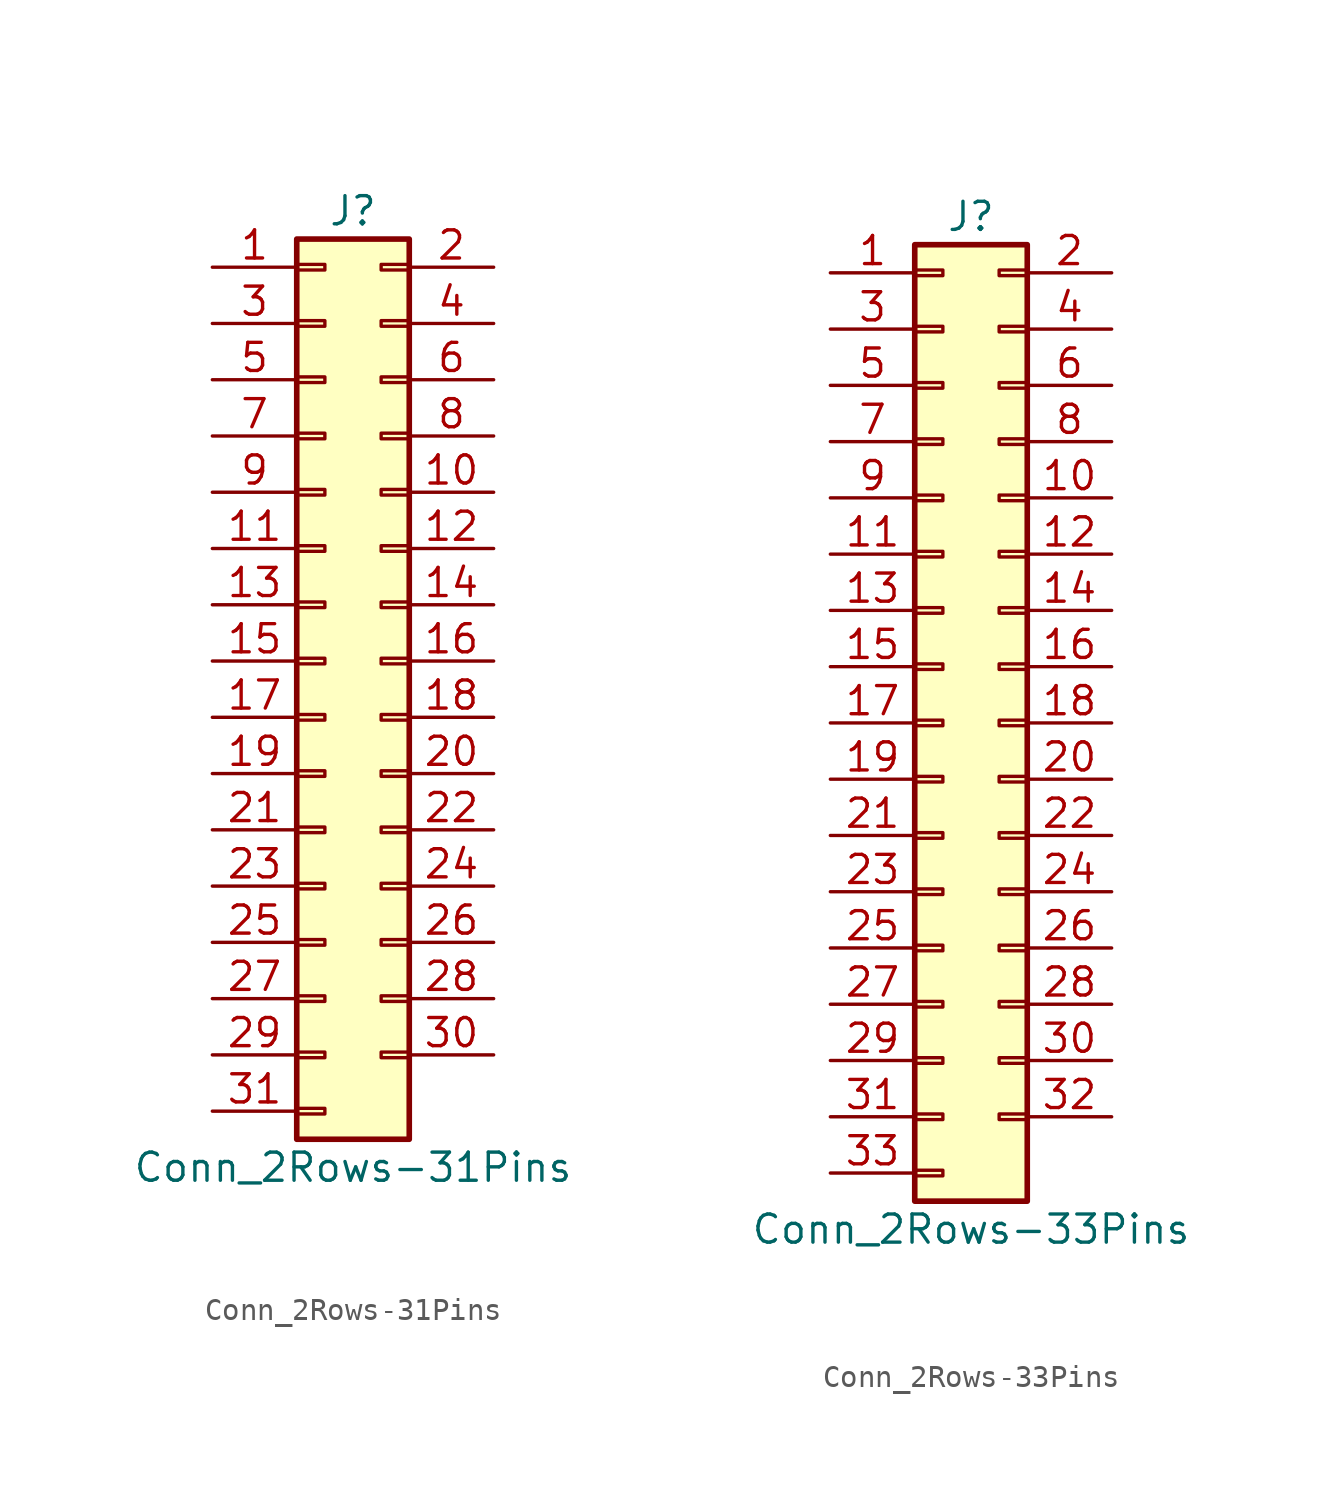
<source format=kicad_sym>
(kicad_symbol_lib
  (version 20201005)
  (generator kicad_symbol_editor)
  (symbol "Conn_2Rows-31Pins"
    (pin_names
      (offset 1.016) hide)
    (property "Reference" "J"
      (at 1.27 20.32 0)
      (effects (font (size 1.27 1.27))))
    (property "Value" "Conn_2Rows-31Pins"
      (at 1.27 -22.86 0)
      (effects (font (size 1.27 1.27))))
    (symbol "Conn_2Rows-31Pins_1_1"
      (rectangle (start -1.27 -20.193) (end 0 -20.447) (stroke (width 0.152)) (fill (type none)))
      (rectangle (start -1.27 -17.653) (end 0 -17.907) (stroke (width 0.152)) (fill (type none)))
      (rectangle (start -1.27 -15.113) (end 0 -15.367) (stroke (width 0.152)) (fill (type none)))
      (rectangle (start -1.27 -12.573) (end 0 -12.827) (stroke (width 0.152)) (fill (type none)))
      (rectangle (start -1.27 -10.033) (end 0 -10.287) (stroke (width 0.152)) (fill (type none)))
      (rectangle (start -1.27 -7.493) (end 0 -7.747) (stroke (width 0.152)) (fill (type none)))
      (rectangle (start -1.27 -4.953) (end 0 -5.207) (stroke (width 0.152)) (fill (type none)))
      (rectangle (start -1.27 -2.413) (end 0 -2.667) (stroke (width 0.152)) (fill (type none)))
      (rectangle (start -1.27 0.127) (end 0 -0.127) (stroke (width 0.152)) (fill (type none)))
      (rectangle (start -1.27 2.667) (end 0 2.413) (stroke (width 0.152)) (fill (type none)))
      (rectangle (start -1.27 5.207) (end 0 4.953) (stroke (width 0.152)) (fill (type none)))
      (rectangle (start -1.27 7.747) (end 0 7.493) (stroke (width 0.152)) (fill (type none)))
      (rectangle (start -1.27 10.287) (end 0 10.033) (stroke (width 0.152)) (fill (type none)))
      (rectangle (start -1.27 12.827) (end 0 12.573) (stroke (width 0.152)) (fill (type none)))
      (rectangle (start -1.27 15.367) (end 0 15.113) (stroke (width 0.152)) (fill (type none)))
      (rectangle (start -1.27 17.907) (end 0 17.653) (stroke (width 0.152)) (fill (type none)))
      (rectangle (start 3.81 -17.653) (end 2.54 -17.907) (stroke (width 0.152)) (fill (type none)))
      (rectangle (start 3.81 -15.113) (end 2.54 -15.367) (stroke (width 0.152)) (fill (type none)))
      (rectangle (start 3.81 -12.573) (end 2.54 -12.827) (stroke (width 0.152)) (fill (type none)))
      (rectangle (start 3.81 -10.033) (end 2.54 -10.287) (stroke (width 0.152)) (fill (type none)))
      (rectangle (start 3.81 -7.493) (end 2.54 -7.747) (stroke (width 0.152)) (fill (type none)))
      (rectangle (start 3.81 -4.953) (end 2.54 -5.207) (stroke (width 0.152)) (fill (type none)))
      (rectangle (start 3.81 -2.413) (end 2.54 -2.667) (stroke (width 0.152)) (fill (type none)))
      (rectangle (start 3.81 0.127) (end 2.54 -0.127) (stroke (width 0.152)) (fill (type none)))
      (rectangle (start 3.81 2.667) (end 2.54 2.413) (stroke (width 0.152)) (fill (type none)))
      (rectangle (start 3.81 5.207) (end 2.54 4.953) (stroke (width 0.152)) (fill (type none)))
      (rectangle (start 3.81 7.747) (end 2.54 7.493) (stroke (width 0.152)) (fill (type none)))
      (rectangle (start 3.81 10.287) (end 2.54 10.033) (stroke (width 0.152)) (fill (type none)))
      (rectangle (start 3.81 12.827) (end 2.54 12.573) (stroke (width 0.152)) (fill (type none)))
      (rectangle (start 3.81 15.367) (end 2.54 15.113) (stroke (width 0.152)) (fill (type none)))
      (rectangle (start 3.81 17.907) (end 2.54 17.653) (stroke (width 0.152)) (fill (type none)))
      (rectangle (start -1.27 19.05) (end 3.81 -21.59) (stroke (width 0.254)) (fill (type background)))
      (pin passive line (at -5.08 17.78 0) (length 3.81) (name "Pin_1" (effects (font (size 1.27 1.27)))) (number "1" (effects (font (size 1.27 1.27)))))
      (pin passive line (at 7.62 7.62 180) (length 3.81) (name "Pin_10" (effects (font (size 1.27 1.27)))) (number "10" (effects (font (size 1.27 1.27)))))
      (pin passive line (at -5.08 5.08 0) (length 3.81) (name "Pin_11" (effects (font (size 1.27 1.27)))) (number "11" (effects (font (size 1.27 1.27)))))
      (pin passive line (at 7.62 5.08 180) (length 3.81) (name "Pin_12" (effects (font (size 1.27 1.27)))) (number "12" (effects (font (size 1.27 1.27)))))
      (pin passive line (at -5.08 2.54 0) (length 3.81) (name "Pin_13" (effects (font (size 1.27 1.27)))) (number "13" (effects (font (size 1.27 1.27)))))
      (pin passive line (at 7.62 2.54 180) (length 3.81) (name "Pin_14" (effects (font (size 1.27 1.27)))) (number "14" (effects (font (size 1.27 1.27)))))
      (pin passive line (at -5.08 0 0) (length 3.81) (name "Pin_15" (effects (font (size 1.27 1.27)))) (number "15" (effects (font (size 1.27 1.27)))))
      (pin passive line (at 7.62 0 180) (length 3.81) (name "Pin_16" (effects (font (size 1.27 1.27)))) (number "16" (effects (font (size 1.27 1.27)))))
      (pin passive line (at -5.08 -2.54 0) (length 3.81) (name "Pin_17" (effects (font (size 1.27 1.27)))) (number "17" (effects (font (size 1.27 1.27)))))
      (pin passive line (at 7.62 -2.54 180) (length 3.81) (name "Pin_18" (effects (font (size 1.27 1.27)))) (number "18" (effects (font (size 1.27 1.27)))))
      (pin passive line (at -5.08 -5.08 0) (length 3.81) (name "Pin_19" (effects (font (size 1.27 1.27)))) (number "19" (effects (font (size 1.27 1.27)))))
      (pin passive line (at 7.62 17.78 180) (length 3.81) (name "Pin_2" (effects (font (size 1.27 1.27)))) (number "2" (effects (font (size 1.27 1.27)))))
      (pin passive line (at 7.62 -5.08 180) (length 3.81) (name "Pin_20" (effects (font (size 1.27 1.27)))) (number "20" (effects (font (size 1.27 1.27)))))
      (pin passive line (at -5.08 -7.62 0) (length 3.81) (name "Pin_21" (effects (font (size 1.27 1.27)))) (number "21" (effects (font (size 1.27 1.27)))))
      (pin passive line (at 7.62 -7.62 180) (length 3.81) (name "Pin_22" (effects (font (size 1.27 1.27)))) (number "22" (effects (font (size 1.27 1.27)))))
      (pin passive line (at -5.08 -10.16 0) (length 3.81) (name "Pin_23" (effects (font (size 1.27 1.27)))) (number "23" (effects (font (size 1.27 1.27)))))
      (pin passive line (at 7.62 -10.16 180) (length 3.81) (name "Pin_24" (effects (font (size 1.27 1.27)))) (number "24" (effects (font (size 1.27 1.27)))))
      (pin passive line (at -5.08 -12.7 0) (length 3.81) (name "Pin_25" (effects (font (size 1.27 1.27)))) (number "25" (effects (font (size 1.27 1.27)))))
      (pin passive line (at 7.62 -12.7 180) (length 3.81) (name "Pin_26" (effects (font (size 1.27 1.27)))) (number "26" (effects (font (size 1.27 1.27)))))
      (pin passive line (at -5.08 -15.24 0) (length 3.81) (name "Pin_27" (effects (font (size 1.27 1.27)))) (number "27" (effects (font (size 1.27 1.27)))))
      (pin passive line (at 7.62 -15.24 180) (length 3.81) (name "Pin_28" (effects (font (size 1.27 1.27)))) (number "28" (effects (font (size 1.27 1.27)))))
      (pin passive line (at -5.08 -17.78 0) (length 3.81) (name "Pin_29" (effects (font (size 1.27 1.27)))) (number "29" (effects (font (size 1.27 1.27)))))
      (pin passive line (at -5.08 15.24 0) (length 3.81) (name "Pin_3" (effects (font (size 1.27 1.27)))) (number "3" (effects (font (size 1.27 1.27)))))
      (pin passive line (at 7.62 -17.78 180) (length 3.81) (name "Pin_30" (effects (font (size 1.27 1.27)))) (number "30" (effects (font (size 1.27 1.27)))))
      (pin passive line (at -5.08 -20.32 0) (length 3.81) (name "Pin_31" (effects (font (size 1.27 1.27)))) (number "31" (effects (font (size 1.27 1.27)))))
      (pin passive line (at 7.62 15.24 180) (length 3.81) (name "Pin_4" (effects (font (size 1.27 1.27)))) (number "4" (effects (font (size 1.27 1.27)))))
      (pin passive line (at -5.08 12.7 0) (length 3.81) (name "Pin_5" (effects (font (size 1.27 1.27)))) (number "5" (effects (font (size 1.27 1.27)))))
      (pin passive line (at 7.62 12.7 180) (length 3.81) (name "Pin_6" (effects (font (size 1.27 1.27)))) (number "6" (effects (font (size 1.27 1.27)))))
      (pin passive line (at -5.08 10.16 0) (length 3.81) (name "Pin_7" (effects (font (size 1.27 1.27)))) (number "7" (effects (font (size 1.27 1.27)))))
      (pin passive line (at 7.62 10.16 180) (length 3.81) (name "Pin_8" (effects (font (size 1.27 1.27)))) (number "8" (effects (font (size 1.27 1.27)))))
      (pin passive line (at -5.08 7.62 0) (length 3.81) (name "Pin_9" (effects (font (size 1.27 1.27)))) (number "9" (effects (font (size 1.27 1.27)))))))
  (symbol "Conn_2Rows-33Pins"
    (pin_names
      (offset 1.016) hide)
    (property "Reference" "J"
      (at 1.27 22.86 0)
      (effects (font (size 1.27 1.27))))
    (property "Value" "Conn_2Rows-33Pins"
      (at 1.27 -22.86 0)
      (effects (font (size 1.27 1.27))))
    (symbol "Conn_2Rows-33Pins_1_1"
      (rectangle (start -1.27 -20.193) (end 0 -20.447) (stroke (width 0.152)) (fill (type none)))
      (rectangle (start -1.27 -17.653) (end 0 -17.907) (stroke (width 0.152)) (fill (type none)))
      (rectangle (start -1.27 -15.113) (end 0 -15.367) (stroke (width 0.152)) (fill (type none)))
      (rectangle (start -1.27 -12.573) (end 0 -12.827) (stroke (width 0.152)) (fill (type none)))
      (rectangle (start -1.27 -10.033) (end 0 -10.287) (stroke (width 0.152)) (fill (type none)))
      (rectangle (start -1.27 -7.493) (end 0 -7.747) (stroke (width 0.152)) (fill (type none)))
      (rectangle (start -1.27 -4.953) (end 0 -5.207) (stroke (width 0.152)) (fill (type none)))
      (rectangle (start -1.27 -2.413) (end 0 -2.667) (stroke (width 0.152)) (fill (type none)))
      (rectangle (start -1.27 0.127) (end 0 -0.127) (stroke (width 0.152)) (fill (type none)))
      (rectangle (start -1.27 2.667) (end 0 2.413) (stroke (width 0.152)) (fill (type none)))
      (rectangle (start -1.27 5.207) (end 0 4.953) (stroke (width 0.152)) (fill (type none)))
      (rectangle (start -1.27 7.747) (end 0 7.493) (stroke (width 0.152)) (fill (type none)))
      (rectangle (start -1.27 10.287) (end 0 10.033) (stroke (width 0.152)) (fill (type none)))
      (rectangle (start -1.27 12.827) (end 0 12.573) (stroke (width 0.152)) (fill (type none)))
      (rectangle (start -1.27 15.367) (end 0 15.113) (stroke (width 0.152)) (fill (type none)))
      (rectangle (start -1.27 17.907) (end 0 17.653) (stroke (width 0.152)) (fill (type none)))
      (rectangle (start -1.27 20.447) (end 0 20.193) (stroke (width 0.152)) (fill (type none)))
      (rectangle (start 3.81 -17.653) (end 2.54 -17.907) (stroke (width 0.152)) (fill (type none)))
      (rectangle (start 3.81 -15.113) (end 2.54 -15.367) (stroke (width 0.152)) (fill (type none)))
      (rectangle (start 3.81 -12.573) (end 2.54 -12.827) (stroke (width 0.152)) (fill (type none)))
      (rectangle (start 3.81 -10.033) (end 2.54 -10.287) (stroke (width 0.152)) (fill (type none)))
      (rectangle (start 3.81 -7.493) (end 2.54 -7.747) (stroke (width 0.152)) (fill (type none)))
      (rectangle (start 3.81 -4.953) (end 2.54 -5.207) (stroke (width 0.152)) (fill (type none)))
      (rectangle (start 3.81 -2.413) (end 2.54 -2.667) (stroke (width 0.152)) (fill (type none)))
      (rectangle (start 3.81 0.127) (end 2.54 -0.127) (stroke (width 0.152)) (fill (type none)))
      (rectangle (start 3.81 2.667) (end 2.54 2.413) (stroke (width 0.152)) (fill (type none)))
      (rectangle (start 3.81 5.207) (end 2.54 4.953) (stroke (width 0.152)) (fill (type none)))
      (rectangle (start 3.81 7.747) (end 2.54 7.493) (stroke (width 0.152)) (fill (type none)))
      (rectangle (start 3.81 10.287) (end 2.54 10.033) (stroke (width 0.152)) (fill (type none)))
      (rectangle (start 3.81 12.827) (end 2.54 12.573) (stroke (width 0.152)) (fill (type none)))
      (rectangle (start 3.81 15.367) (end 2.54 15.113) (stroke (width 0.152)) (fill (type none)))
      (rectangle (start 3.81 17.907) (end 2.54 17.653) (stroke (width 0.152)) (fill (type none)))
      (rectangle (start 3.81 20.447) (end 2.54 20.193) (stroke (width 0.152)) (fill (type none)))
      (rectangle (start -1.27 21.59) (end 3.81 -21.59) (stroke (width 0.254)) (fill (type background)))
      (pin passive line (at -5.08 20.32 0) (length 3.81) (name "Pin_1" (effects (font (size 1.27 1.27)))) (number "1" (effects (font (size 1.27 1.27)))))
      (pin passive line (at 7.62 10.16 180) (length 3.81) (name "Pin_10" (effects (font (size 1.27 1.27)))) (number "10" (effects (font (size 1.27 1.27)))))
      (pin passive line (at -5.08 7.62 0) (length 3.81) (name "Pin_11" (effects (font (size 1.27 1.27)))) (number "11" (effects (font (size 1.27 1.27)))))
      (pin passive line (at 7.62 7.62 180) (length 3.81) (name "Pin_12" (effects (font (size 1.27 1.27)))) (number "12" (effects (font (size 1.27 1.27)))))
      (pin passive line (at -5.08 5.08 0) (length 3.81) (name "Pin_13" (effects (font (size 1.27 1.27)))) (number "13" (effects (font (size 1.27 1.27)))))
      (pin passive line (at 7.62 5.08 180) (length 3.81) (name "Pin_14" (effects (font (size 1.27 1.27)))) (number "14" (effects (font (size 1.27 1.27)))))
      (pin passive line (at -5.08 2.54 0) (length 3.81) (name "Pin_15" (effects (font (size 1.27 1.27)))) (number "15" (effects (font (size 1.27 1.27)))))
      (pin passive line (at 7.62 2.54 180) (length 3.81) (name "Pin_16" (effects (font (size 1.27 1.27)))) (number "16" (effects (font (size 1.27 1.27)))))
      (pin passive line (at -5.08 0 0) (length 3.81) (name "Pin_17" (effects (font (size 1.27 1.27)))) (number "17" (effects (font (size 1.27 1.27)))))
      (pin passive line (at 7.62 0 180) (length 3.81) (name "Pin_18" (effects (font (size 1.27 1.27)))) (number "18" (effects (font (size 1.27 1.27)))))
      (pin passive line (at -5.08 -2.54 0) (length 3.81) (name "Pin_19" (effects (font (size 1.27 1.27)))) (number "19" (effects (font (size 1.27 1.27)))))
      (pin passive line (at 7.62 20.32 180) (length 3.81) (name "Pin_2" (effects (font (size 1.27 1.27)))) (number "2" (effects (font (size 1.27 1.27)))))
      (pin passive line (at 7.62 -2.54 180) (length 3.81) (name "Pin_20" (effects (font (size 1.27 1.27)))) (number "20" (effects (font (size 1.27 1.27)))))
      (pin passive line (at -5.08 -5.08 0) (length 3.81) (name "Pin_21" (effects (font (size 1.27 1.27)))) (number "21" (effects (font (size 1.27 1.27)))))
      (pin passive line (at 7.62 -5.08 180) (length 3.81) (name "Pin_22" (effects (font (size 1.27 1.27)))) (number "22" (effects (font (size 1.27 1.27)))))
      (pin passive line (at -5.08 -7.62 0) (length 3.81) (name "Pin_23" (effects (font (size 1.27 1.27)))) (number "23" (effects (font (size 1.27 1.27)))))
      (pin passive line (at 7.62 -7.62 180) (length 3.81) (name "Pin_24" (effects (font (size 1.27 1.27)))) (number "24" (effects (font (size 1.27 1.27)))))
      (pin passive line (at -5.08 -10.16 0) (length 3.81) (name "Pin_25" (effects (font (size 1.27 1.27)))) (number "25" (effects (font (size 1.27 1.27)))))
      (pin passive line (at 7.62 -10.16 180) (length 3.81) (name "Pin_26" (effects (font (size 1.27 1.27)))) (number "26" (effects (font (size 1.27 1.27)))))
      (pin passive line (at -5.08 -12.7 0) (length 3.81) (name "Pin_27" (effects (font (size 1.27 1.27)))) (number "27" (effects (font (size 1.27 1.27)))))
      (pin passive line (at 7.62 -12.7 180) (length 3.81) (name "Pin_28" (effects (font (size 1.27 1.27)))) (number "28" (effects (font (size 1.27 1.27)))))
      (pin passive line (at -5.08 -15.24 0) (length 3.81) (name "Pin_29" (effects (font (size 1.27 1.27)))) (number "29" (effects (font (size 1.27 1.27)))))
      (pin passive line (at -5.08 17.78 0) (length 3.81) (name "Pin_3" (effects (font (size 1.27 1.27)))) (number "3" (effects (font (size 1.27 1.27)))))
      (pin passive line (at 7.62 -15.24 180) (length 3.81) (name "Pin_30" (effects (font (size 1.27 1.27)))) (number "30" (effects (font (size 1.27 1.27)))))
      (pin passive line (at -5.08 -17.78 0) (length 3.81) (name "Pin_31" (effects (font (size 1.27 1.27)))) (number "31" (effects (font (size 1.27 1.27)))))
      (pin passive line (at 7.62 -17.78 180) (length 3.81) (name "Pin_32" (effects (font (size 1.27 1.27)))) (number "32" (effects (font (size 1.27 1.27)))))
      (pin passive line (at -5.08 -20.32 0) (length 3.81) (name "Pin_33" (effects (font (size 1.27 1.27)))) (number "33" (effects (font (size 1.27 1.27)))))
      (pin passive line (at 7.62 17.78 180) (length 3.81) (name "Pin_4" (effects (font (size 1.27 1.27)))) (number "4" (effects (font (size 1.27 1.27)))))
      (pin passive line (at -5.08 15.24 0) (length 3.81) (name "Pin_5" (effects (font (size 1.27 1.27)))) (number "5" (effects (font (size 1.27 1.27)))))
      (pin passive line (at 7.62 15.24 180) (length 3.81) (name "Pin_6" (effects (font (size 1.27 1.27)))) (number "6" (effects (font (size 1.27 1.27)))))
      (pin passive line (at -5.08 12.7 0) (length 3.81) (name "Pin_7" (effects (font (size 1.27 1.27)))) (number "7" (effects (font (size 1.27 1.27)))))
      (pin passive line (at 7.62 12.7 180) (length 3.81) (name "Pin_8" (effects (font (size 1.27 1.27)))) (number "8" (effects (font (size 1.27 1.27)))))
      (pin passive line (at -5.08 10.16 0) (length 3.81) (name "Pin_9" (effects (font (size 1.27 1.27)))) (number "9" (effects (font (size 1.27 1.27))))))))
</source>
